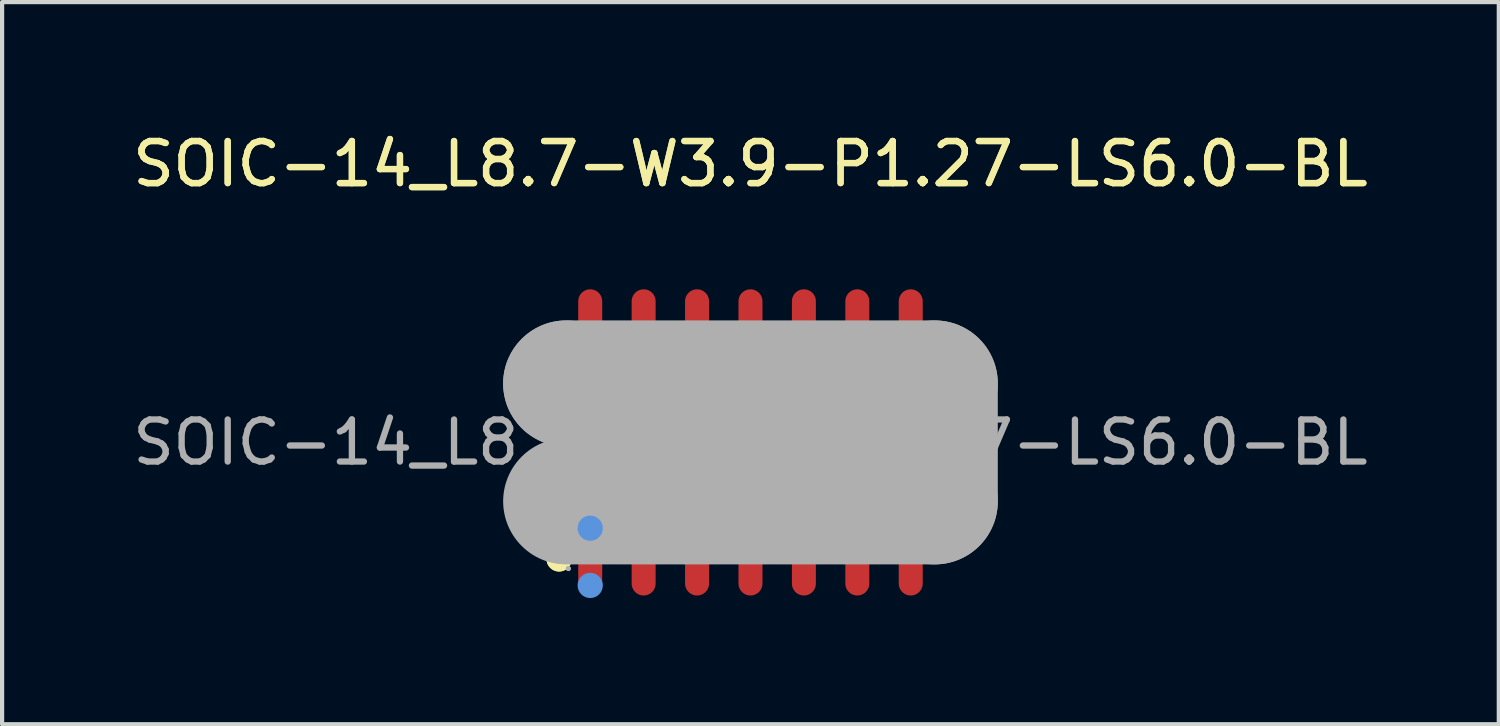
<source format=kicad_pcb>
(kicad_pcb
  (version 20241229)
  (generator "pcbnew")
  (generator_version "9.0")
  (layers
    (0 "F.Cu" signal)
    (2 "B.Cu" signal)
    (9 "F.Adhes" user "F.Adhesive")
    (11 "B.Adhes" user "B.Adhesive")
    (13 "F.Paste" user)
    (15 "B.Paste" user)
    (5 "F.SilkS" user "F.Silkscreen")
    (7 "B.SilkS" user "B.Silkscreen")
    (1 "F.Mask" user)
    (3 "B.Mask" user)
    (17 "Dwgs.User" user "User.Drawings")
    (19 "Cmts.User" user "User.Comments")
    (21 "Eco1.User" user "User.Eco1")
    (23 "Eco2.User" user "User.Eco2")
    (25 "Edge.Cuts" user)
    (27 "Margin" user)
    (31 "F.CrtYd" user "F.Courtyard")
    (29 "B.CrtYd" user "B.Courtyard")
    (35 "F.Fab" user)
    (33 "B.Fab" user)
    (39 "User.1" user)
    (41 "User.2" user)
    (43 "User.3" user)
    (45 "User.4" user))
  (footprint "SOIC-14_L8.7-W3.9-P1.27-LS6.0-BL"
    (layer "F.Cu")
    (at 14.792 7.468)
    (property "Reference" "SOIC-14_L8.7-W3.9-P1.27-LS6.0-BL" (at 0 -6.62 0) (layer "F.SilkS") (effects (font (size 1 1) (thickness 0.15))))
    (attr smd)
    (fp_circle (center -4.55 2.77) (end -4.4 2.77) (stroke (width 0.3) (type solid)) (fill no) (layer "F.SilkS"))
    (fp_circle (center -4.55 2.77) (end -4.4 2.77) (stroke (width 0.3) (type solid)) (fill no) (layer "F.SilkS"))
    (fp_circle (center -3.81 0.77) (end -3.66 0.77) (stroke (width 0.3) (type solid)) (fill no) (layer "F.SilkS"))
    (fp_circle (center -3.81 0.77) (end -3.66 0.77) (stroke (width 0.3) (type solid)) (fill no) (layer "F.SilkS"))
    (fp_circle (center -3.81 2.04) (end -3.66 2.04) (stroke (width 0.3) (type solid)) (fill no) (layer "Cmts.User"))
    (fp_circle (center -3.81 3.4) (end -3.66 3.4) (stroke (width 0.3) (type solid)) (fill no) (layer "Cmts.User"))
    (fp_line (start -4.38 -1.4) (end -4.38 -1.4) (stroke (width 3) (type solid)) (layer "F.Fab"))
    (fp_line (start -4.38 -1.4) (end 4.38 -1.4) (stroke (width 3) (type solid)) (layer "F.Fab"))
    (fp_line (start 4.38 -1.4) (end 4.38 1.4) (stroke (width 3) (type solid)) (layer "F.Fab"))
    (fp_line (start 4.38 1.4) (end -4.38 1.4) (stroke (width 3) (type solid)) (layer "F.Fab"))
    (fp_circle (center -4.33 3) (end -4.3 3) (stroke (width 0.06) (type solid)) (fill no) (layer "F.Fab"))
    (fp_circle (center -4.33 3) (end -4.3 3) (stroke (width 0.06) (type solid)) (fill no) (layer "F.Fab"))
    (fp_text user "${REFERENCE}" (at 0 -6.62 0) (layer "F.SilkS") (effects (font (size 1 1) (thickness 0.15))))
    (fp_text user "${REFERENCE}" (at 0 0 0) (layer "F.Fab") (effects (font (size 1 1) (thickness 0.15))))
    (pad "1" smd oval (at -3.81 2.62) (size 0.57 2.04) (layers "F.Cu" "F.Mask" "F.Paste"))
    (pad "2" smd oval (at -2.54 2.62) (size 0.57 2.04) (layers "F.Cu" "F.Mask" "F.Paste"))
    (pad "3" smd oval (at -1.27 2.62) (size 0.57 2.04) (layers "F.Cu" "F.Mask" "F.Paste"))
    (pad "4" smd oval (at 0 2.62) (size 0.57 2.04) (layers "F.Cu" "F.Mask" "F.Paste"))
    (pad "5" smd oval (at 1.27 2.62) (size 0.57 2.04) (layers "F.Cu" "F.Mask" "F.Paste"))
    (pad "6" smd oval (at 2.54 2.62) (size 0.57 2.04) (layers "F.Cu" "F.Mask" "F.Paste"))
    (pad "7" smd oval (at 3.81 2.62) (size 0.57 2.04) (layers "F.Cu" "F.Mask" "F.Paste"))
    (pad "8" smd oval (at 3.81 -2.62) (size 0.57 2.04) (layers "F.Cu" "F.Mask" "F.Paste"))
    (pad "9" smd oval (at 2.54 -2.62) (size 0.57 2.04) (layers "F.Cu" "F.Mask" "F.Paste"))
    (pad "10" smd oval (at 1.27 -2.62) (size 0.57 2.04) (layers "F.Cu" "F.Mask" "F.Paste"))
    (pad "11" smd oval (at 0 -2.62) (size 0.57 2.04) (layers "F.Cu" "F.Mask" "F.Paste"))
    (pad "12" smd oval (at -1.27 -2.62) (size 0.57 2.04) (layers "F.Cu" "F.Mask" "F.Paste"))
    (pad "13" smd oval (at -2.54 -2.62) (size 0.57 2.04) (layers "F.Cu" "F.Mask" "F.Paste"))
    (pad "14" smd oval (at -3.81 -2.62) (size 0.57 2.04) (layers "F.Cu" "F.Mask" "F.Paste")))
  (gr_rect
    (start -3 -3)
    (end 32.583 14.168)
    (stroke (width 0.1) (type default))
    (fill no)
    (layer "Edge.Cuts")))
</source>
